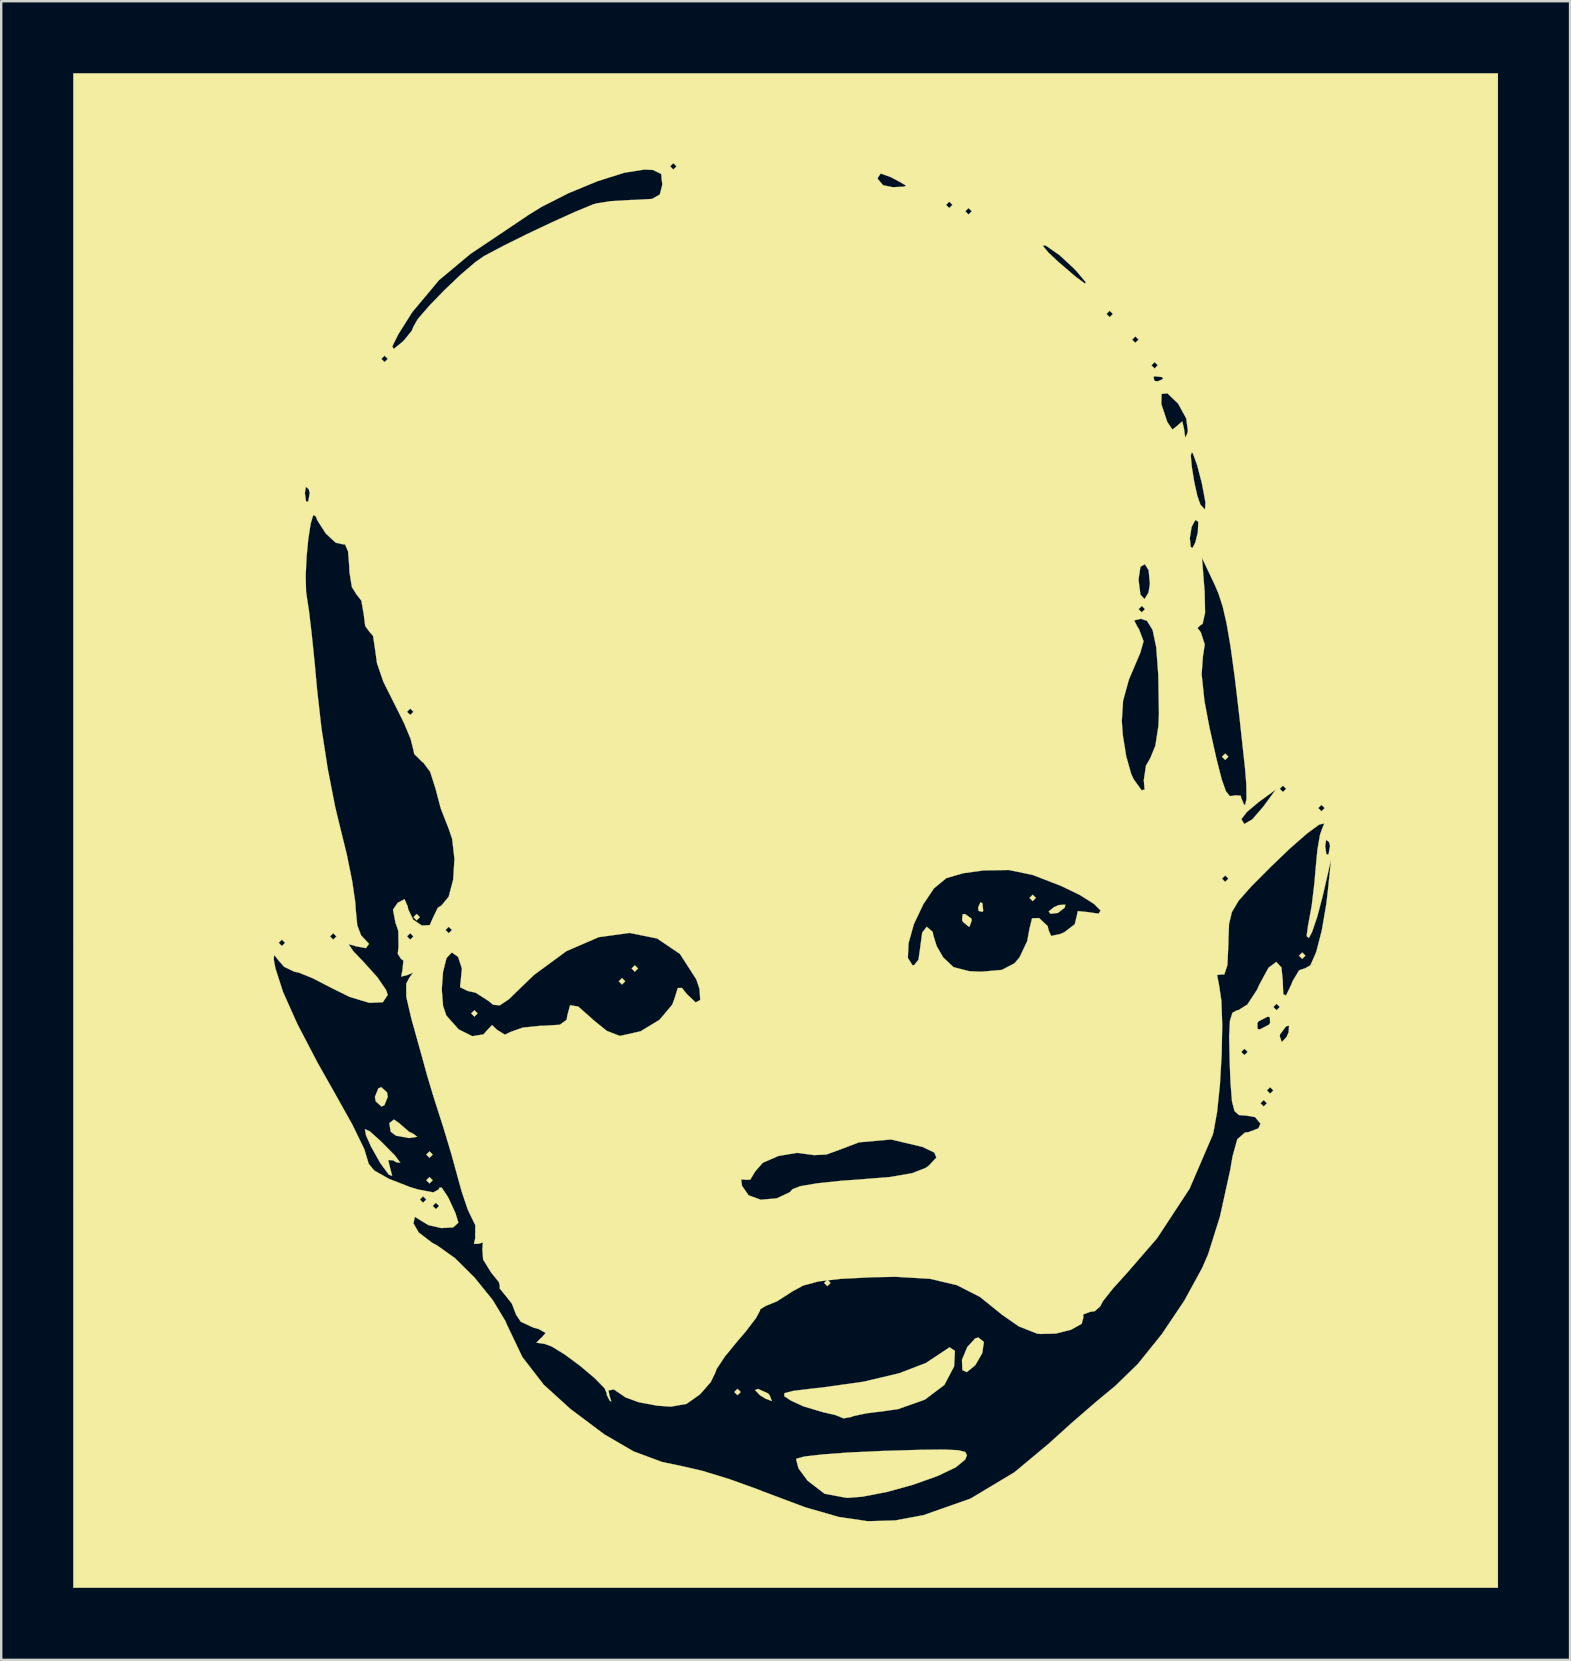
<source format=kicad_pcb>
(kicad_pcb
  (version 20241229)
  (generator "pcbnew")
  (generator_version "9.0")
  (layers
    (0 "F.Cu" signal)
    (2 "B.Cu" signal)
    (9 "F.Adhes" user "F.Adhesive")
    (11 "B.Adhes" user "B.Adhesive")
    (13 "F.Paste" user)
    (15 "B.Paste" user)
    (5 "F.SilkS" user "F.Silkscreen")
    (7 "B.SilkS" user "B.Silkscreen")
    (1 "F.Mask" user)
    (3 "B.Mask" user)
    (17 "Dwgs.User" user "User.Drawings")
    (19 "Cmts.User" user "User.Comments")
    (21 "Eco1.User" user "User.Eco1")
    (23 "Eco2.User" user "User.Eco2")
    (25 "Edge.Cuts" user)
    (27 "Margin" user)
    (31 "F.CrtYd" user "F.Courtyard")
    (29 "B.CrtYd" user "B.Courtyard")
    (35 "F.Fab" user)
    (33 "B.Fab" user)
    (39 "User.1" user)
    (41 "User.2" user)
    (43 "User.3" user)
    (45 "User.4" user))
  (footprint "harry"
    (layer "F.Cu")
    (at 29.683 31.554)
    (property "Reference" "harry" (at 0 0 0) (layer "F.SilkS") (effects (font (size 1.524 1.524) (thickness 0.3))))
    (attr through_hole)
    (fp_poly (pts (xy -15.24 3.609) (xy -15.374 3.743) (xy -15.507 3.609) (xy -15.374 3.476) (xy -15.24 3.609)) (stroke (width 0.01) (type solid)) (fill yes) (layer "F.SilkS"))
    (fp_poly (pts (xy -14.705 13.502) (xy -14.839 13.636) (xy -14.973 13.502) (xy -14.839 13.368) (xy -14.705 13.502)) (stroke (width 0.01) (type solid)) (fill yes) (layer "F.SilkS"))
    (fp_poly (pts (xy -14.705 14.572) (xy -14.839 14.705) (xy -14.973 14.572) (xy -14.839 14.438) (xy -14.705 14.572)) (stroke (width 0.01) (type solid)) (fill yes) (layer "F.SilkS"))
    (fp_poly (pts (xy -12.834 7.62) (xy -12.967 7.754) (xy -13.101 7.62) (xy -12.967 7.486) (xy -12.834 7.62)) (stroke (width 0.01) (type solid)) (fill yes) (layer "F.SilkS"))
    (fp_poly (pts (xy -6.684 6.283) (xy -6.818 6.417) (xy -6.952 6.283) (xy -6.818 6.149) (xy -6.684 6.283)) (stroke (width 0.01) (type solid)) (fill yes) (layer "F.SilkS"))
    (fp_poly (pts (xy -6.149 5.748) (xy -6.283 5.882) (xy -6.417 5.748) (xy -6.283 5.615) (xy -6.149 5.748)) (stroke (width 0.01) (type solid)) (fill yes) (layer "F.SilkS"))
    (fp_poly (pts (xy -1.872 23.395) (xy -2.005 23.528) (xy -2.139 23.395) (xy -2.005 23.261) (xy -1.872 23.395)) (stroke (width 0.01) (type solid)) (fill yes) (layer "F.SilkS"))
    (fp_poly (pts (xy 1.872 18.849) (xy 1.738 18.983) (xy 1.604 18.849) (xy 1.738 18.716) (xy 1.872 18.849)) (stroke (width 0.01) (type solid)) (fill yes) (layer "F.SilkS"))
    (fp_poly (pts (xy 10.427 2.807) (xy 10.294 2.941) (xy 10.16 2.807) (xy 10.294 2.674) (xy 10.427 2.807)) (stroke (width 0.01) (type solid)) (fill yes) (layer "F.SilkS"))
    (fp_poly (pts (xy 18.448 -3.075) (xy 18.315 -2.941) (xy 18.181 -3.075) (xy 18.315 -3.208) (xy 18.448 -3.075)) (stroke (width 0.01) (type solid)) (fill yes) (layer "F.SilkS"))
    (fp_poly (pts (xy 21.657 5.214) (xy 21.523 5.347) (xy 21.389 5.214) (xy 21.523 5.08) (xy 21.657 5.214)) (stroke (width 0.01) (type solid)) (fill yes) (layer "F.SilkS"))
    (fp_poly (pts (xy 8.199 3.03) (xy 8.231 3.347) (xy 8.199 3.387) (xy 8.04 3.35) (xy 8.021 3.208) (xy 8.119 2.988) (xy 8.199 3.03)) (stroke (width 0.01) (type solid)) (fill yes) (layer "F.SilkS"))
    (fp_poly (pts (xy -0.726 23.456) (xy -0.668 23.528) (xy -0.574 23.769) (xy -0.827 23.678) (xy -1.069 23.528) (xy -1.275 23.314) (xy -1.152 23.265) (xy -0.726 23.456)) (stroke (width 0.01) (type solid)) (fill yes) (layer "F.SilkS"))
    (fp_poly (pts (xy 11.629 3.211) (xy 11.343 3.433) (xy 11.036 3.47) (xy 10.962 3.371) (xy 11.172 3.199) (xy 11.377 3.106) (xy 11.653 3.088) (xy 11.629 3.211)) (stroke (width 0.01) (type solid)) (fill yes) (layer "F.SilkS"))
    (fp_poly (pts (xy -16.607 10.911) (xy -16.577 11.096) (xy -16.721 11.452) (xy -16.844 11.497) (xy -17.081 11.28) (xy -17.112 11.096) (xy -16.967 10.74) (xy -16.844 10.695) (xy -16.607 10.911)) (stroke (width 0.01) (type solid)) (fill yes) (layer "F.SilkS"))
    (fp_poly (pts (xy 7.743 3.67) (xy 7.754 3.743) (xy 7.662 4.004) (xy 7.636 4.011) (xy 7.408 3.823) (xy 7.353 3.743) (xy 7.374 3.497) (xy 7.471 3.476) (xy 7.743 3.67)) (stroke (width 0.01) (type solid)) (fill yes) (layer "F.SilkS"))
    (fp_poly (pts (xy -16.094 12.2) (xy -15.691 12.549) (xy -15.507 12.639) (xy -15.35 12.761) (xy -15.692 12.813) (xy -16.236 12.713) (xy -16.454 12.549) (xy -16.513 12.193) (xy -16.32 12.041) (xy -16.094 12.2)) (stroke (width 0.01) (type solid)) (fill yes) (layer "F.SilkS"))
    (fp_poly (pts (xy 8.261 21.311) (xy 8.191 21.776) (xy 7.905 22.274) (xy 7.549 22.565) (xy 7.366 22.48) (xy 7.347 22.053) (xy 7.565 21.527) (xy 7.894 21.163) (xy 8.03 21.122) (xy 8.261 21.311)) (stroke (width 0.01) (type solid)) (fill yes) (layer "F.SilkS"))
    (fp_poly (pts (xy -17.322 12.536) (xy -16.861 12.951) (xy -16.274 13.544) (xy -16.054 13.843) (xy -16.217 13.821) (xy -16.355 13.741) (xy -16.556 13.728) (xy -16.497 13.993) (xy -16.394 14.386) (xy -16.534 14.338) (xy -16.884 13.862) (xy -16.9 13.836) (xy -17.279 13.158) (xy -17.483 12.7) (xy -17.531 12.44) (xy -17.322 12.536)) (stroke (width 0.01) (type solid)) (fill yes) (layer "F.SilkS"))
    (fp_poly (pts (xy 7.197 25.82) (xy 7.487 25.895) (xy 7.554 26.027) (xy 7.484 26.206) (xy 7.089 26.533) (xy 6.315 26.9) (xy 5.308 27.258) (xy 4.219 27.559) (xy 3.193 27.756) (xy 2.553 27.806) (xy 1.623 27.633) (xy 0.916 27.091) (xy 0.536 26.575) (xy 0.439 26.209) (xy 0.464 26.166) (xy 0.796 26.08) (xy 1.556 25.993) (xy 2.638 25.914) (xy 3.936 25.853) (xy 4.206 25.844) (xy 5.634 25.802) (xy 6.605 25.792) (xy 7.197 25.82)) (stroke (width 0.01) (type solid)) (fill yes) (layer "F.SilkS"))
    (fp_poly (pts (xy 7.053 21.679) (xy 7.022 22.298) (xy 7.015 22.336) (xy 6.615 23.097) (xy 5.803 23.711) (xy 4.698 24.102) (xy 4.17 24.181) (xy 3.385 24.28) (xy 2.83 24.394) (xy 2.713 24.44) (xy 2.401 24.494) (xy 2.371 24.473) (xy 2.053 24.348) (xy 1.555 24.235) (xy 0.744 23.993) (xy 0.224 23.754) (xy -0.058 23.567) (xy -0.048 23.441) (xy 0.328 23.345) (xy 1.142 23.247) (xy 1.471 23.213) (xy 3.242 22.965) (xy 4.73 22.613) (xy 5.843 22.185) (xy 6.352 21.849) (xy 6.831 21.531) (xy 7.053 21.679)) (stroke (width 0.01) (type solid)) (fill yes) (layer "F.SilkS"))
    (fp_poly (pts (xy 29.678 31.549) (xy -29.678 31.549) (xy -29.678 15.641) (xy -14.705 15.641) (xy -14.572 15.775) (xy -14.438 15.641) (xy -14.572 15.507) (xy -14.705 15.641) (xy -29.678 15.641) (xy -29.678 15.374) (xy -15.24 15.374) (xy -15.106 15.507) (xy -14.973 15.374) (xy -15.106 15.24) (xy -15.24 15.374) (xy -29.678 15.374) (xy -29.678 5.378) (xy -21.326 5.378) (xy -21.256 5.748) (xy -20.942 6.724) (xy -20.343 8.063) (xy -19.49 9.698) (xy -18.85 10.828) (xy -18.048 12.262) (xy -17.557 13.272) (xy -17.38 13.852) (xy -17.379 13.875) (xy -17.142 14.166) (xy -16.52 14.516) (xy -15.647 14.855) (xy -15.307 14.958) (xy -14.677 15.076) (xy -14.443 14.945) (xy -14.436 14.887) (xy -14.334 14.872) (xy -14.084 15.246) (xy -14.035 15.337) (xy -13.757 15.939) (xy -13.636 16.334) (xy -13.636 16.34) (xy -13.85 16.534) (xy -14.342 16.564) (xy -14.884 16.44) (xy -15.187 16.256) (xy -15.447 16.095) (xy -15.507 16.368) (xy -15.287 16.748) (xy -14.736 17.171) (xy -14.517 17.29) (xy -13.781 17.814) (xy -12.957 18.631) (xy -12.204 19.563) (xy -11.681 20.427) (xy -11.613 20.587) (xy -10.969 21.938) (xy -10.077 23.092) (xy -8.966 24.101) (xy -7.555 25.159) (xy -6.331 25.871) (xy -5.151 26.309) (xy -4.278 26.492) (xy -3.45 26.684) (xy -2.344 27.024) (xy -1.172 27.446) (xy -0.936 27.54) (xy 0.808 28.195) (xy 2.218 28.601) (xy 3.426 28.778) (xy 4.562 28.745) (xy 5.748 28.523) (xy 7.7 27.836) (xy 9.529 26.741) (xy 10.95 25.557) (xy 11.912 24.688) (xy 12.944 23.794) (xy 13.73 23.144) (xy 14.673 22.227) (xy 15.675 20.983) (xy 16.612 19.588) (xy 17.361 18.215) (xy 17.606 17.646) (xy 18.098 16.079) (xy 18.521 14.157) (xy 18.623 13.569) (xy 18.818 12.863) (xy 19.139 12.583) (xy 19.286 12.566) (xy 19.7 12.409) (xy 19.785 12.211) (xy 19.56 11.941) (xy 19.184 11.877) (xy 18.887 11.854) (xy 18.703 11.69) (xy 18.619 11.363) (xy 19.785 11.363) (xy 19.919 11.497) (xy 20.053 11.363) (xy 19.919 11.229) (xy 19.785 11.363) (xy 18.619 11.363) (xy 18.597 11.28) (xy 18.562 10.828) (xy 20.053 10.828) (xy 20.186 10.962) (xy 20.32 10.828) (xy 20.186 10.695) (xy 20.053 10.828) (xy 18.562 10.828) (xy 18.537 10.516) (xy 18.504 9.692) (xy 18.494 9.224) (xy 18.983 9.224) (xy 19.117 9.358) (xy 19.251 9.224) (xy 19.117 9.091) (xy 18.983 9.224) (xy 18.494 9.224) (xy 18.48 8.594) (xy 18.481 8.572) (xy 20.587 8.572) (xy 20.673 8.814) (xy 20.87 8.603) (xy 20.957 8.408) (xy 20.975 8.132) (xy 20.852 8.157) (xy 20.597 8.499) (xy 20.587 8.572) (xy 18.481 8.572) (xy 18.507 8.021) (xy 19.652 8.021) (xy 19.664 8.268) (xy 19.754 8.288) (xy 20.132 8.093) (xy 20.186 8.021) (xy 20.174 7.774) (xy 20.084 7.754) (xy 19.706 7.949) (xy 19.652 8.021) (xy 18.507 8.021) (xy 18.512 7.928) (xy 18.616 7.593) (xy 18.81 7.488) (xy 18.859 7.486) (xy 19.074 7.353) (xy 20.32 7.353) (xy 20.454 7.486) (xy 20.587 7.353) (xy 20.454 7.219) (xy 20.32 7.353) (xy 19.074 7.353) (xy 19.237 7.251) (xy 19.638 6.64) (xy 19.738 6.42) (xy 20.12 5.715) (xy 20.445 5.474) (xy 20.658 5.707) (xy 20.711 6.242) (xy 20.735 6.818) (xy 20.849 6.874) (xy 21.072 6.411) (xy 21.128 6.267) (xy 21.395 5.822) (xy 21.644 5.74) (xy 21.866 5.616) (xy 22.108 5.059) (xy 22.338 4.17) (xy 22.53 3.047) (xy 22.593 2.512) (xy 22.727 1.203) (xy 22.375 2.736) (xy 22.149 3.597) (xy 21.93 4.238) (xy 21.802 4.474) (xy 21.707 4.4) (xy 21.767 3.946) (xy 21.783 3.877) (xy 21.92 3.128) (xy 22.037 2.146) (xy 22.075 1.668) (xy 22.155 0.821) (xy 22.184 0.646) (xy 22.48 0.646) (xy 22.529 0.993) (xy 22.62 0.997) (xy 22.684 0.639) (xy 22.642 0.485) (xy 22.523 0.383) (xy 22.48 0.646) (xy 22.184 0.646) (xy 22.262 0.19) (xy 22.327 -0.003) (xy 22.442 -0.297) (xy 22.228 -0.246) (xy 21.733 0.116) (xy 21.005 0.753) (xy 20.23 1.497) (xy 19.399 2.331) (xy 18.877 2.921) (xy 18.593 3.397) (xy 18.474 3.89) (xy 18.449 4.529) (xy 18.448 4.721) (xy 18.406 5.612) (xy 18.276 5.999) (xy 18.152 5.998) (xy 17.976 6.017) (xy 18.06 6.45) (xy 18.157 7.099) (xy 18.191 8.114) (xy 18.167 9.33) (xy 18.095 10.585) (xy 17.979 11.713) (xy 17.829 12.552) (xy 17.786 12.7) (xy 16.829 14.926) (xy 15.473 16.992) (xy 14.237 18.419) (xy 13.639 19.081) (xy 13.228 19.599) (xy 13.101 19.833) (xy 12.883 20.026) (xy 12.684 20.053) (xy 12.395 20.165) (xy 12.408 20.281) (xy 12.334 20.553) (xy 11.894 20.799) (xy 11.257 20.959) (xy 10.592 20.976) (xy 10.465 20.956) (xy 9.713 20.659) (xy 9.032 20.185) (xy 8.097 19.432) (xy 7.137 18.943) (xy 6.013 18.677) (xy 4.585 18.594) (xy 3.615 18.612) (xy 2.288 18.679) (xy 1.371 18.786) (xy 0.738 18.955) (xy 0.267 19.21) (xy 0.217 19.246) (xy -0.359 19.615) (xy -0.772 19.784) (xy -0.791 19.785) (xy -1.06 19.947) (xy -1.069 20.004) (xy -1.234 20.312) (xy -1.655 20.865) (xy -2.005 21.274) (xy -2.535 21.921) (xy -2.874 22.432) (xy -2.941 22.613) (xy -3.12 22.98) (xy -3.553 23.475) (xy -3.577 23.498) (xy -4.13 23.889) (xy -4.781 24.004) (xy -5.349 23.964) (xy -6.123 23.819) (xy -6.678 23.616) (xy -6.772 23.547) (xy -7.158 23.288) (xy -7.384 23.329) (xy -7.326 23.595) (xy -7.259 23.795) (xy -7.332 23.751) (xy -7.457 23.503) (xy -7.442 23.477) (xy -7.542 23.239) (xy -7.957 22.815) (xy -8.553 22.312) (xy -9.196 21.835) (xy -9.754 21.492) (xy -10.059 21.385) (xy -10.385 21.339) (xy -10.212 21.161) (xy -10.174 21.136) (xy -9.999 20.935) (xy -10.284 20.772) (xy -10.508 20.71) (xy -11.034 20.466) (xy -11.229 20.176) (xy -11.404 19.715) (xy -11.65 19.403) (xy -11.915 19.078) (xy -11.907 18.983) (xy -11.945 18.818) (xy -12.267 18.421) (xy -12.269 18.419) (xy -12.604 17.873) (xy -12.635 17.439) (xy -12.613 17.163) (xy -12.785 17.215) (xy -12.985 17.225) (xy -12.934 16.988) (xy -12.93 16.44) (xy -13.03 16.239) (xy -13.241 15.8) (xy -13.495 15.048) (xy -13.627 14.572) (xy -13.637 14.535) (xy -1.852 14.535) (xy -1.817 14.802) (xy -1.555 15.182) (xy -1.538 15.199) (xy -1.041 15.383) (xy -0.374 15.326) (xy 0.176 15.069) (xy 0.285 14.945) (xy 0.604 14.82) (xy 1.331 14.696) (xy 2.339 14.591) (xy 2.958 14.548) (xy 4.34 14.437) (xy 5.272 14.277) (xy 5.841 14.054) (xy 5.971 13.956) (xy 6.28 13.629) (xy 6.199 13.42) (xy 5.707 13.183) (xy 4.39 12.872) (xy 3.056 12.992) (xy 2.369 13.254) (xy 1.698 13.499) (xy 1.169 13.525) (xy 1.143 13.516) (xy 0.47 13.43) (xy -0.298 13.559) (xy -0.949 13.841) (xy -1.268 14.204) (xy -1.474 14.546) (xy -1.635 14.553) (xy -1.852 14.535) (xy -13.637 14.535) (xy -13.926 13.483) (xy -14.263 12.361) (xy -14.369 12.032) (xy -14.666 11.106) (xy -14.925 10.245) (xy -14.986 10.026) (xy -15.188 9.29) (xy -15.456 8.329) (xy -15.592 7.844) (xy -15.805 6.929) (xy -15.806 6.617) (xy -14.327 6.617) (xy -14.273 7.306) (xy -14.136 7.71) (xy -13.619 8.288) (xy -13.054 8.569) (xy -12.589 8.493) (xy -12.468 8.355) (xy -12.23 8.105) (xy -12.021 8.306) (xy -11.695 8.506) (xy -11.45 8.387) (xy -10.96 8.213) (xy -10.219 8.136) (xy -10.093 8.136) (xy -9.409 8.092) (xy -9.124 7.886) (xy -9.091 7.687) (xy -8.981 7.28) (xy -8.643 7.332) (xy -8.059 7.848) (xy -8.021 7.887) (xy -7.45 8.348) (xy -6.919 8.555) (xy -6.892 8.556) (xy -6.044 8.365) (xy -5.254 7.886) (xy -4.725 7.256) (xy -4.643 7.038) (xy -4.493 6.562) (xy -4.321 6.558) (xy -4.107 6.823) (xy -3.748 7.162) (xy -3.558 7.061) (xy -3.588 6.597) (xy -3.724 6.196) (xy -4.298 5.306) (xy 5.093 5.306) (xy 5.28 5.605) (xy 5.347 5.615) (xy 5.535 5.382) (xy 5.615 4.823) (xy 5.615 4.813) (xy 5.692 4.249) (xy 5.879 4.011) (xy 5.882 4.011) (xy 6.129 4.222) (xy 6.149 4.352) (xy 6.293 4.815) (xy 6.566 5.288) (xy 6.998 5.693) (xy 7.656 5.863) (xy 8.155 5.882) (xy 9.008 5.807) (xy 9.534 5.534) (xy 9.744 5.288) (xy 10.066 4.608) (xy 10.16 4.093) (xy 10.267 3.657) (xy 10.561 3.646) (xy 10.916 3.98) (xy 10.962 4.167) (xy 11.062 4.394) (xy 11.448 4.309) (xy 11.609 4.239) (xy 12.045 3.907) (xy 12.123 3.596) (xy 12.173 3.358) (xy 12.545 3.393) (xy 13.042 3.463) (xy 13.124 3.332) (xy 12.845 3.054) (xy 12.258 2.686) (xy 11.479 2.308) (xy 10.694 2.005) (xy 18.181 2.005) (xy 18.315 2.139) (xy 18.448 2.005) (xy 18.315 1.872) (xy 18.181 2.005) (xy 10.694 2.005) (xy 10.288 1.849) (xy 9.297 1.645) (xy 8.253 1.661) (xy 7.409 1.777) (xy 6.699 1.982) (xy 6.18 2.409) (xy 5.738 3.068) (xy 5.343 3.902) (xy 5.121 4.693) (xy 5.093 5.306) (xy -4.298 5.306) (xy -4.404 5.141) (xy -5.354 4.498) (xy -6.504 4.266) (xy -7.787 4.443) (xy -9.135 5.026) (xy -10.479 6.013) (xy -10.901 6.418) (xy -11.522 7.023) (xy -11.91 7.284) (xy -12.187 7.259) (xy -12.383 7.097) (xy -12.917 6.757) (xy -13.244 6.684) (xy -13.564 6.528) (xy -13.539 6.283) (xy -13.488 5.747) (xy -13.648 5.263) (xy -13.908 5.08) (xy -14.129 5.314) (xy -14.274 5.89) (xy -14.327 6.617) (xy -15.806 6.617) (xy -15.806 6.378) (xy -15.678 6.133) (xy -15.52 5.919) (xy -15.753 6.02) (xy -16.015 6.085) (xy -15.962 5.792) (xy -15.925 5.421) (xy -16.025 5.347) (xy -16.16 5.136) (xy -16.127 4.84) (xy -16.133 4.412) (xy -15.775 4.412) (xy -15.641 4.545) (xy -15.507 4.412) (xy -15.641 4.278) (xy -15.775 4.412) (xy -16.133 4.412) (xy -16.137 4.183) (xy -16.15 4.144) (xy -14.171 4.144) (xy -14.037 4.278) (xy -13.903 4.144) (xy -14.037 4.011) (xy -14.171 4.144) (xy -16.15 4.144) (xy -16.257 3.837) (xy -16.359 3.298) (xy -16.165 3.014) (xy -15.881 2.86) (xy -15.744 3.164) (xy -15.726 3.279) (xy -15.517 3.716) (xy -15.157 3.959) (xy -14.828 3.942) (xy -14.705 3.658) (xy -14.493 3.22) (xy -14.343 3.126) (xy -14.039 2.758) (xy -13.852 2.049) (xy -13.798 1.184) (xy -13.894 0.347) (xy -14.045 -0.094) (xy -14.192 -0.468) (xy 18.992 -0.468) (xy 19.11 -0.27) (xy 19.445 -0.467) (xy 19.852 -0.936) (xy 22.192 -0.936) (xy 22.325 -0.802) (xy 22.459 -0.936) (xy 22.325 -1.069) (xy 22.192 -0.936) (xy 19.852 -0.936) (xy 19.903 -0.995) (xy 20.422 -1.706) (xy 19.711 -1.187) (xy 19.221 -0.776) (xy 18.993 -0.481) (xy 18.992 -0.468) (xy -14.192 -0.468) (xy -14.369 -0.921) (xy -14.598 -1.786) (xy -14.811 -2.447) (xy -15.101 -2.838) (xy -15.14 -2.857) (xy -15.474 -3.189) (xy -15.507 -3.349) (xy -15.621 -3.808) (xy -15.9 -4.478) (xy -15.942 -4.564) (xy 14.007 -4.564) (xy 14.046 -3.997) (xy 14.189 -3.1) (xy 14.398 -2.358) (xy 14.507 -2.128) (xy 14.834 -1.675) (xy 14.958 -1.708) (xy 14.923 -2.098) (xy 15.014 -2.705) (xy 15.197 -3.023) (xy 15.406 -3.538) (xy 15.534 -4.367) (xy 15.554 -4.869) (xy 15.527 -6.487) (xy 15.442 -7.632) (xy 15.289 -8.362) (xy 15.242 -8.437) (xy 17.16 -8.437) (xy 17.299 -8.261) (xy 17.463 -7.754) (xy 17.385 -7.24) (xy 17.333 -6.511) (xy 17.452 -5.382) (xy 17.653 -4.32) (xy 17.947 -3.003) (xy 18.168 -2.134) (xy 18.345 -1.637) (xy 18.506 -1.435) (xy 18.681 -1.45) (xy 18.714 -1.469) (xy 18.962 -1.45) (xy 18.983 -1.353) (xy 19.101 -1.08) (xy 19.143 -1.069) (xy 19.203 -1.31) (xy 19.198 -1.738) (xy 20.587 -1.738) (xy 20.721 -1.604) (xy 20.855 -1.738) (xy 20.721 -1.872) (xy 20.587 -1.738) (xy 19.198 -1.738) (xy 19.195 -1.934) (xy 19.14 -2.607) (xy 18.91 -4.721) (xy 18.715 -6.376) (xy 18.541 -7.645) (xy 18.378 -8.604) (xy 18.213 -9.324) (xy 18.033 -9.88) (xy 17.883 -10.23) (xy 17.347 -11.363) (xy 17.457 -9.959) (xy 17.477 -9.077) (xy 17.373 -8.611) (xy 17.286 -8.556) (xy 17.16 -8.437) (xy 15.242 -8.437) (xy 15.055 -8.738) (xy 14.801 -8.823) (xy 14.521 -8.755) (xy 14.668 -8.468) (xy 14.713 -8.413) (xy 14.914 -7.887) (xy 14.779 -7.41) (xy 14.302 -6.287) (xy 14.06 -5.409) (xy 14.007 -4.564) (xy -15.942 -4.564) (xy -15.955 -4.59) (xy -16.133 -4.946) (xy -15.775 -4.946) (xy -15.641 -4.813) (xy -15.507 -4.946) (xy -15.641 -5.08) (xy -15.775 -4.946) (xy -16.133 -4.946) (xy -16.367 -5.413) (xy -16.747 -6.17) (xy -16.757 -6.191) (xy -17.025 -6.969) (xy -17.112 -7.594) (xy -17.189 -8.109) (xy -17.346 -8.288) (xy -17.516 -8.519) (xy -17.579 -9.013) (xy -17.616 -9.224) (xy 14.705 -9.224) (xy 14.839 -9.091) (xy 14.973 -9.224) (xy 14.839 -9.358) (xy 14.705 -9.224) (xy -17.616 -9.224) (xy -17.678 -9.58) (xy -17.88 -9.837) (xy -18.071 -10.142) (xy -18.12 -10.443) (xy 14.705 -10.443) (xy 14.783 -9.827) (xy 14.953 -9.641) (xy 15.121 -9.917) (xy 15.178 -10.28) (xy 15.124 -10.844) (xy 14.969 -11.098) (xy 14.784 -10.99) (xy 14.705 -10.478) (xy 14.705 -10.443) (xy -18.12 -10.443) (xy -18.175 -10.779) (xy -18.181 -11) (xy -18.231 -11.628) (xy -18.357 -11.923) (xy -18.413 -11.92) (xy -18.741 -11.988) (xy -18.953 -12.184) (xy 16.84 -12.184) (xy 16.877 -11.822) (xy 16.947 -11.764) (xy 17.067 -11.991) (xy 17.175 -12.425) (xy 17.194 -12.864) (xy 17.073 -12.943) (xy 16.915 -12.649) (xy 16.84 -12.184) (xy -18.953 -12.184) (xy -19.158 -12.374) (xy -19.509 -12.921) (xy -19.581 -13.101) (xy -19.683 -13.143) (xy -19.79 -12.783) (xy -19.888 -12.152) (xy -19.961 -11.383) (xy -19.997 -10.608) (xy -19.98 -9.958) (xy -19.947 -9.72) (xy -19.86 -9.151) (xy -19.747 -8.19) (xy -19.623 -6.979) (xy -19.519 -5.838) (xy -19.34 -4.263) (xy -19.077 -2.565) (xy -18.771 -0.997) (xy -18.584 -0.223) (xy -18.287 0.986) (xy -18.058 2.116) (xy -17.93 2.991) (xy -17.914 3.259) (xy -17.848 3.949) (xy -17.684 4.378) (xy -17.646 4.412) (xy -17.357 4.721) (xy -17.489 4.9) (xy -17.928 4.817) (xy -17.981 4.792) (xy -18.206 4.74) (xy -18.016 5.024) (xy -17.579 5.481) (xy -17.011 6.112) (xy -16.648 6.642) (xy -16.577 6.848) (xy -16.784 7.155) (xy -17.344 7.179) (xy -18.161 6.934) (xy -18.944 6.547) (xy -19.69 6.16) (xy -20.282 5.92) (xy -20.468 5.882) (xy -20.894 5.679) (xy -21.126 5.414) (xy -21.311 5.179) (xy -21.326 5.378) (xy -29.678 5.378) (xy -29.678 4.679) (xy -21.122 4.679) (xy -20.988 4.813) (xy -20.855 4.679) (xy -20.988 4.545) (xy -21.122 4.679) (xy -29.678 4.679) (xy -29.678 4.412) (xy -18.983 4.412) (xy -18.849 4.545) (xy -18.716 4.412) (xy -18.849 4.278) (xy -18.983 4.412) (xy -29.678 4.412) (xy -29.678 -14.059) (xy -20.032 -14.059) (xy -19.982 -13.712) (xy -19.891 -13.708) (xy -19.827 -14.066) (xy -19.87 -14.221) (xy -19.989 -14.322) (xy -20.032 -14.059) (xy -29.678 -14.059) (xy -29.678 -15.631) (xy 16.88 -15.631) (xy 16.922 -15.159) (xy 17.023 -14.536) (xy 17.153 -13.946) (xy 17.283 -13.575) (xy 17.285 -13.571) (xy 17.474 -13.374) (xy 17.493 -13.67) (xy 17.343 -14.466) (xy 17.336 -14.497) (xy 17.147 -15.221) (xy 16.975 -15.695) (xy 16.928 -15.767) (xy 16.88 -15.631) (xy -29.678 -15.631) (xy -29.678 -17.773) (xy 15.652 -17.773) (xy 15.902 -17.022) (xy 16.116 -16.706) (xy 16.336 -16.879) (xy 16.343 -16.889) (xy 16.527 -17.049) (xy 16.604 -16.711) (xy 16.648 -16.366) (xy 16.732 -16.536) (xy 16.761 -16.643) (xy 16.692 -17.169) (xy 16.356 -17.782) (xy 16.35 -17.789) (xy 15.909 -18.215) (xy 15.665 -18.191) (xy 15.652 -17.773) (xy -29.678 -17.773) (xy -29.678 -18.894) (xy 15.329 -18.894) (xy 15.366 -18.735) (xy 15.507 -18.716) (xy 15.727 -18.814) (xy 15.686 -18.894) (xy 15.368 -18.926) (xy 15.329 -18.894) (xy -29.678 -18.894) (xy -29.678 -19.384) (xy 15.24 -19.384) (xy 15.374 -19.251) (xy 15.507 -19.384) (xy 15.374 -19.518) (xy 15.24 -19.384) (xy -29.678 -19.384) (xy -29.678 -19.652) (xy -16.844 -19.652) (xy -16.711 -19.518) (xy -16.577 -19.652) (xy -16.711 -19.785) (xy -16.844 -19.652) (xy -29.678 -19.652) (xy -29.678 -20.175) (xy -16.388 -20.175) (xy -16.332 -20.063) (xy -15.966 -20.359) (xy -15.889 -20.435) (xy -15.874 -20.454) (xy 14.438 -20.454) (xy 14.572 -20.32) (xy 14.705 -20.454) (xy 14.572 -20.587) (xy 14.438 -20.454) (xy -15.874 -20.454) (xy -15.574 -20.828) (xy -15.507 -20.995) (xy -15.325 -21.31) (xy -15.141 -21.523) (xy 13.368 -21.523) (xy 13.502 -21.389) (xy 13.636 -21.523) (xy 13.502 -21.657) (xy 13.368 -21.523) (xy -15.141 -21.523) (xy -14.856 -21.856) (xy -14.219 -22.513) (xy -13.533 -23.165) (xy -12.917 -23.691) (xy -12.566 -23.935) (xy -11.771 -24.356) (xy -11.744 -24.37) (xy 10.709 -24.37) (xy 10.947 -24.083) (xy 11.363 -23.693) (xy 12.09 -23.07) (xy 12.477 -22.785) (xy 12.507 -22.844) (xy 12.164 -23.254) (xy 12.011 -23.419) (xy 11.41 -23.975) (xy 10.847 -24.367) (xy 10.828 -24.376) (xy 10.709 -24.37) (xy -11.744 -24.37) (xy -10.776 -24.85) (xy -9.73 -25.345) (xy -8.786 -25.772) (xy -8.715 -25.801) (xy 7.486 -25.801) (xy 7.62 -25.667) (xy 7.754 -25.801) (xy 7.62 -25.935) (xy 7.486 -25.801) (xy -8.715 -25.801) (xy -8.092 -26.059) (xy -8.065 -26.068) (xy 6.684 -26.068) (xy 6.818 -25.935) (xy 6.952 -26.068) (xy 6.818 -26.202) (xy 6.684 -26.068) (xy -8.065 -26.068) (xy -7.887 -26.129) (xy -7.273 -26.224) (xy -6.44 -26.273) (xy -6.272 -26.275) (xy -5.569 -26.316) (xy -5.243 -26.498) (xy -5.138 -26.906) (xy -5.138 -26.907) (xy -5.164 -27.157) (xy 3.832 -27.157) (xy 4.059 -26.887) (xy 4.467 -26.804) (xy 4.922 -26.826) (xy 5.024 -26.868) (xy 4.754 -27.026) (xy 4.389 -27.221) (xy 3.959 -27.375) (xy 3.833 -27.185) (xy 3.832 -27.157) (xy -5.164 -27.157) (xy -5.185 -27.356) (xy -5.528 -27.523) (xy -5.89 -27.539) (xy -6.72 -27.407) (xy -7.826 -27.059) (xy -9.035 -26.561) (xy -10.171 -25.984) (xy -10.718 -25.646) (xy -11.474 -25.137) (xy -12.43 -24.495) (xy -13.134 -24.024) (xy -14.443 -22.932) (xy -15.553 -21.603) (xy -15.587 -21.551) (xy -16.138 -20.677) (xy -16.388 -20.175) (xy -29.678 -20.175) (xy -29.678 -27.673) (xy -4.813 -27.673) (xy -4.679 -27.539) (xy -4.545 -27.673) (xy -4.679 -27.806) (xy -4.813 -27.673) (xy -29.678 -27.673) (xy -29.678 -31.549) (xy 29.678 -31.549) (xy 29.678 31.549)) (stroke (width 0.01) (type solid)) (fill yes) (layer "F.SilkS")))
  (gr_rect
    (start -3 -3)
    (end 62.366 66.109)
    (stroke (width 0.1) (type default))
    (fill no)
    (layer "Edge.Cuts")))
</source>
